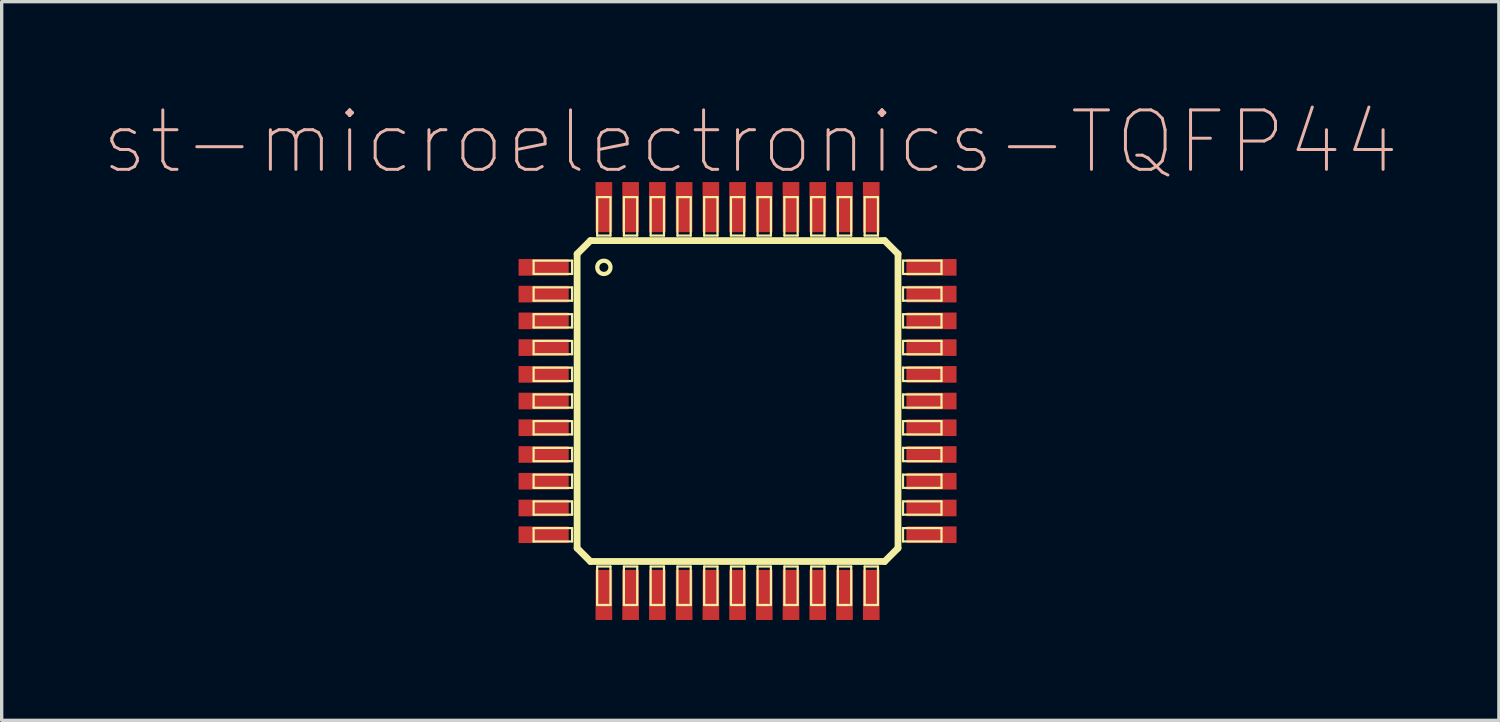
<source format=kicad_pcb>
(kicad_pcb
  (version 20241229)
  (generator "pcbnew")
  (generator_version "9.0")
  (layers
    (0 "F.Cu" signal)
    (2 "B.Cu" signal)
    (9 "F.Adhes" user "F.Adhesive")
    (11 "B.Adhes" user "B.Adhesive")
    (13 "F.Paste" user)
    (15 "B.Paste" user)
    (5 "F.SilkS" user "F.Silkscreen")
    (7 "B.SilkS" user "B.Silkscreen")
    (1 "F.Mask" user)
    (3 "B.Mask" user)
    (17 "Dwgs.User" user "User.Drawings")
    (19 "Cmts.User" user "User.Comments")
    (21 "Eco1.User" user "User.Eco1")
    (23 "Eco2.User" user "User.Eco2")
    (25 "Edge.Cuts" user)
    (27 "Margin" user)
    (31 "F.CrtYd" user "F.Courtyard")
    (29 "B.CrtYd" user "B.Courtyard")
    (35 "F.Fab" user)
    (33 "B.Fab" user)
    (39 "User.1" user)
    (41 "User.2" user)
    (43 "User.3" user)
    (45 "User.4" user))
  (footprint "st-microelectronics-TQFP44"
    (layer "F.Cu")
    (at 19.006 8.943)
    (property "Reference" "st-microelectronics-TQFP44" (at 0.381 -7.747 0) (layer "B.SilkS") (effects (font (size 1.778 1.778) (thickness 0.089))))
    (attr smd)
    (fp_line (start -6.099 -4.199) (end -4.948 -4.199) (stroke (width 0.066) (type solid)) (layer "F.SilkS"))
    (fp_line (start -6.099 -3.8) (end -6.099 -4.199) (stroke (width 0.066) (type solid)) (layer "F.SilkS"))
    (fp_line (start -6.099 -3.8) (end -4.948 -3.8) (stroke (width 0.066) (type solid)) (layer "F.SilkS"))
    (fp_line (start -6.099 -3.399) (end -4.948 -3.399) (stroke (width 0.066) (type solid)) (layer "F.SilkS"))
    (fp_line (start -6.099 -3) (end -6.099 -3.399) (stroke (width 0.066) (type solid)) (layer "F.SilkS"))
    (fp_line (start -6.099 -3) (end -4.948 -3) (stroke (width 0.066) (type solid)) (layer "F.SilkS"))
    (fp_line (start -6.099 -2.598) (end -4.948 -2.598) (stroke (width 0.066) (type solid)) (layer "F.SilkS"))
    (fp_line (start -6.099 -2.2) (end -6.099 -2.598) (stroke (width 0.066) (type solid)) (layer "F.SilkS"))
    (fp_line (start -6.099 -2.2) (end -4.948 -2.2) (stroke (width 0.066) (type solid)) (layer "F.SilkS"))
    (fp_line (start -6.099 -1.798) (end -4.948 -1.798) (stroke (width 0.066) (type solid)) (layer "F.SilkS"))
    (fp_line (start -6.099 -1.4) (end -6.099 -1.798) (stroke (width 0.066) (type solid)) (layer "F.SilkS"))
    (fp_line (start -6.099 -1.4) (end -4.948 -1.4) (stroke (width 0.066) (type solid)) (layer "F.SilkS"))
    (fp_line (start -6.099 -0.998) (end -4.948 -0.998) (stroke (width 0.066) (type solid)) (layer "F.SilkS"))
    (fp_line (start -6.099 -0.599) (end -6.099 -0.998) (stroke (width 0.066) (type solid)) (layer "F.SilkS"))
    (fp_line (start -6.099 -0.599) (end -4.948 -0.599) (stroke (width 0.066) (type solid)) (layer "F.SilkS"))
    (fp_line (start -6.099 -0.198) (end -4.948 -0.198) (stroke (width 0.066) (type solid)) (layer "F.SilkS"))
    (fp_line (start -6.099 0.198) (end -6.099 -0.198) (stroke (width 0.066) (type solid)) (layer "F.SilkS"))
    (fp_line (start -6.099 0.198) (end -4.948 0.198) (stroke (width 0.066) (type solid)) (layer "F.SilkS"))
    (fp_line (start -6.099 0.599) (end -4.948 0.599) (stroke (width 0.066) (type solid)) (layer "F.SilkS"))
    (fp_line (start -6.099 0.998) (end -6.099 0.599) (stroke (width 0.066) (type solid)) (layer "F.SilkS"))
    (fp_line (start -6.099 0.998) (end -4.948 0.998) (stroke (width 0.066) (type solid)) (layer "F.SilkS"))
    (fp_line (start -6.099 1.4) (end -4.948 1.4) (stroke (width 0.066) (type solid)) (layer "F.SilkS"))
    (fp_line (start -6.099 1.798) (end -6.099 1.4) (stroke (width 0.066) (type solid)) (layer "F.SilkS"))
    (fp_line (start -6.099 1.798) (end -4.948 1.798) (stroke (width 0.066) (type solid)) (layer "F.SilkS"))
    (fp_line (start -6.099 2.2) (end -4.948 2.2) (stroke (width 0.066) (type solid)) (layer "F.SilkS"))
    (fp_line (start -6.099 2.598) (end -6.099 2.2) (stroke (width 0.066) (type solid)) (layer "F.SilkS"))
    (fp_line (start -6.099 2.598) (end -4.948 2.598) (stroke (width 0.066) (type solid)) (layer "F.SilkS"))
    (fp_line (start -6.099 3) (end -4.948 3) (stroke (width 0.066) (type solid)) (layer "F.SilkS"))
    (fp_line (start -6.099 3.399) (end -6.099 3) (stroke (width 0.066) (type solid)) (layer "F.SilkS"))
    (fp_line (start -6.099 3.399) (end -4.948 3.399) (stroke (width 0.066) (type solid)) (layer "F.SilkS"))
    (fp_line (start -6.099 3.8) (end -4.948 3.8) (stroke (width 0.066) (type solid)) (layer "F.SilkS"))
    (fp_line (start -6.099 4.199) (end -6.099 3.8) (stroke (width 0.066) (type solid)) (layer "F.SilkS"))
    (fp_line (start -6.099 4.199) (end -4.948 4.199) (stroke (width 0.066) (type solid)) (layer "F.SilkS"))
    (fp_line (start -4.948 -3.8) (end -4.948 -4.199) (stroke (width 0.066) (type solid)) (layer "F.SilkS"))
    (fp_line (start -4.948 -3) (end -4.948 -3.399) (stroke (width 0.066) (type solid)) (layer "F.SilkS"))
    (fp_line (start -4.948 -2.2) (end -4.948 -2.598) (stroke (width 0.066) (type solid)) (layer "F.SilkS"))
    (fp_line (start -4.948 -1.4) (end -4.948 -1.798) (stroke (width 0.066) (type solid)) (layer "F.SilkS"))
    (fp_line (start -4.948 -0.599) (end -4.948 -0.998) (stroke (width 0.066) (type solid)) (layer "F.SilkS"))
    (fp_line (start -4.948 0.198) (end -4.948 -0.198) (stroke (width 0.066) (type solid)) (layer "F.SilkS"))
    (fp_line (start -4.948 0.998) (end -4.948 0.599) (stroke (width 0.066) (type solid)) (layer "F.SilkS"))
    (fp_line (start -4.948 1.798) (end -4.948 1.4) (stroke (width 0.066) (type solid)) (layer "F.SilkS"))
    (fp_line (start -4.948 2.598) (end -4.948 2.2) (stroke (width 0.066) (type solid)) (layer "F.SilkS"))
    (fp_line (start -4.948 3.399) (end -4.948 3) (stroke (width 0.066) (type solid)) (layer "F.SilkS"))
    (fp_line (start -4.948 4.199) (end -4.948 3.8) (stroke (width 0.066) (type solid)) (layer "F.SilkS"))
    (fp_line (start -4.798 -4.399) (end -4.399 -4.798) (stroke (width 0.203) (type solid)) (layer "F.SilkS"))
    (fp_line (start -4.798 4.399) (end -4.798 -4.399) (stroke (width 0.203) (type solid)) (layer "F.SilkS"))
    (fp_line (start -4.399 -4.798) (end 4.399 -4.798) (stroke (width 0.203) (type solid)) (layer "F.SilkS"))
    (fp_line (start -4.399 4.798) (end -4.798 4.399) (stroke (width 0.203) (type solid)) (layer "F.SilkS"))
    (fp_line (start -4.199 -6.099) (end -3.8 -6.099) (stroke (width 0.066) (type solid)) (layer "F.SilkS"))
    (fp_line (start -4.199 -4.948) (end -4.199 -6.099) (stroke (width 0.066) (type solid)) (layer "F.SilkS"))
    (fp_line (start -4.199 -4.948) (end -3.8 -4.948) (stroke (width 0.066) (type solid)) (layer "F.SilkS"))
    (fp_line (start -4.199 4.948) (end -3.8 4.948) (stroke (width 0.066) (type solid)) (layer "F.SilkS"))
    (fp_line (start -4.199 6.099) (end -4.199 4.948) (stroke (width 0.066) (type solid)) (layer "F.SilkS"))
    (fp_line (start -4.199 6.099) (end -3.8 6.099) (stroke (width 0.066) (type solid)) (layer "F.SilkS"))
    (fp_line (start -3.8 -4.948) (end -3.8 -6.099) (stroke (width 0.066) (type solid)) (layer "F.SilkS"))
    (fp_line (start -3.8 6.099) (end -3.8 4.948) (stroke (width 0.066) (type solid)) (layer "F.SilkS"))
    (fp_line (start -3.399 -6.099) (end -3 -6.099) (stroke (width 0.066) (type solid)) (layer "F.SilkS"))
    (fp_line (start -3.399 -4.948) (end -3.399 -6.099) (stroke (width 0.066) (type solid)) (layer "F.SilkS"))
    (fp_line (start -3.399 -4.948) (end -3 -4.948) (stroke (width 0.066) (type solid)) (layer "F.SilkS"))
    (fp_line (start -3.399 4.948) (end -3 4.948) (stroke (width 0.066) (type solid)) (layer "F.SilkS"))
    (fp_line (start -3.399 6.099) (end -3.399 4.948) (stroke (width 0.066) (type solid)) (layer "F.SilkS"))
    (fp_line (start -3.399 6.099) (end -3 6.099) (stroke (width 0.066) (type solid)) (layer "F.SilkS"))
    (fp_line (start -3 -4.948) (end -3 -6.099) (stroke (width 0.066) (type solid)) (layer "F.SilkS"))
    (fp_line (start -3 6.099) (end -3 4.948) (stroke (width 0.066) (type solid)) (layer "F.SilkS"))
    (fp_line (start -2.598 -6.099) (end -2.2 -6.099) (stroke (width 0.066) (type solid)) (layer "F.SilkS"))
    (fp_line (start -2.598 -4.948) (end -2.598 -6.099) (stroke (width 0.066) (type solid)) (layer "F.SilkS"))
    (fp_line (start -2.598 -4.948) (end -2.2 -4.948) (stroke (width 0.066) (type solid)) (layer "F.SilkS"))
    (fp_line (start -2.598 4.948) (end -2.2 4.948) (stroke (width 0.066) (type solid)) (layer "F.SilkS"))
    (fp_line (start -2.598 6.099) (end -2.598 4.948) (stroke (width 0.066) (type solid)) (layer "F.SilkS"))
    (fp_line (start -2.598 6.099) (end -2.2 6.099) (stroke (width 0.066) (type solid)) (layer "F.SilkS"))
    (fp_line (start -2.2 -4.948) (end -2.2 -6.099) (stroke (width 0.066) (type solid)) (layer "F.SilkS"))
    (fp_line (start -2.2 6.099) (end -2.2 4.948) (stroke (width 0.066) (type solid)) (layer "F.SilkS"))
    (fp_line (start -1.798 -6.099) (end -1.4 -6.099) (stroke (width 0.066) (type solid)) (layer "F.SilkS"))
    (fp_line (start -1.798 -4.948) (end -1.798 -6.099) (stroke (width 0.066) (type solid)) (layer "F.SilkS"))
    (fp_line (start -1.798 -4.948) (end -1.4 -4.948) (stroke (width 0.066) (type solid)) (layer "F.SilkS"))
    (fp_line (start -1.798 4.948) (end -1.4 4.948) (stroke (width 0.066) (type solid)) (layer "F.SilkS"))
    (fp_line (start -1.798 6.099) (end -1.798 4.948) (stroke (width 0.066) (type solid)) (layer "F.SilkS"))
    (fp_line (start -1.798 6.099) (end -1.4 6.099) (stroke (width 0.066) (type solid)) (layer "F.SilkS"))
    (fp_line (start -1.4 -4.948) (end -1.4 -6.099) (stroke (width 0.066) (type solid)) (layer "F.SilkS"))
    (fp_line (start -1.4 6.099) (end -1.4 4.948) (stroke (width 0.066) (type solid)) (layer "F.SilkS"))
    (fp_line (start -0.998 -6.099) (end -0.599 -6.099) (stroke (width 0.066) (type solid)) (layer "F.SilkS"))
    (fp_line (start -0.998 -4.948) (end -0.998 -6.099) (stroke (width 0.066) (type solid)) (layer "F.SilkS"))
    (fp_line (start -0.998 -4.948) (end -0.599 -4.948) (stroke (width 0.066) (type solid)) (layer "F.SilkS"))
    (fp_line (start -0.998 4.948) (end -0.599 4.948) (stroke (width 0.066) (type solid)) (layer "F.SilkS"))
    (fp_line (start -0.998 6.099) (end -0.998 4.948) (stroke (width 0.066) (type solid)) (layer "F.SilkS"))
    (fp_line (start -0.998 6.099) (end -0.599 6.099) (stroke (width 0.066) (type solid)) (layer "F.SilkS"))
    (fp_line (start -0.599 -4.948) (end -0.599 -6.099) (stroke (width 0.066) (type solid)) (layer "F.SilkS"))
    (fp_line (start -0.599 6.099) (end -0.599 4.948) (stroke (width 0.066) (type solid)) (layer "F.SilkS"))
    (fp_line (start -0.198 -6.099) (end 0.198 -6.099) (stroke (width 0.066) (type solid)) (layer "F.SilkS"))
    (fp_line (start -0.198 -4.948) (end -0.198 -6.099) (stroke (width 0.066) (type solid)) (layer "F.SilkS"))
    (fp_line (start -0.198 -4.948) (end 0.198 -4.948) (stroke (width 0.066) (type solid)) (layer "F.SilkS"))
    (fp_line (start -0.198 4.948) (end 0.198 4.948) (stroke (width 0.066) (type solid)) (layer "F.SilkS"))
    (fp_line (start -0.198 6.099) (end -0.198 4.948) (stroke (width 0.066) (type solid)) (layer "F.SilkS"))
    (fp_line (start -0.198 6.099) (end 0.198 6.099) (stroke (width 0.066) (type solid)) (layer "F.SilkS"))
    (fp_line (start 0.198 -4.948) (end 0.198 -6.099) (stroke (width 0.066) (type solid)) (layer "F.SilkS"))
    (fp_line (start 0.198 6.099) (end 0.198 4.948) (stroke (width 0.066) (type solid)) (layer "F.SilkS"))
    (fp_line (start 0.599 -6.099) (end 0.998 -6.099) (stroke (width 0.066) (type solid)) (layer "F.SilkS"))
    (fp_line (start 0.599 -4.948) (end 0.599 -6.099) (stroke (width 0.066) (type solid)) (layer "F.SilkS"))
    (fp_line (start 0.599 -4.948) (end 0.998 -4.948) (stroke (width 0.066) (type solid)) (layer "F.SilkS"))
    (fp_line (start 0.599 4.948) (end 0.998 4.948) (stroke (width 0.066) (type solid)) (layer "F.SilkS"))
    (fp_line (start 0.599 6.099) (end 0.599 4.948) (stroke (width 0.066) (type solid)) (layer "F.SilkS"))
    (fp_line (start 0.599 6.099) (end 0.998 6.099) (stroke (width 0.066) (type solid)) (layer "F.SilkS"))
    (fp_line (start 0.998 -4.948) (end 0.998 -6.099) (stroke (width 0.066) (type solid)) (layer "F.SilkS"))
    (fp_line (start 0.998 6.099) (end 0.998 4.948) (stroke (width 0.066) (type solid)) (layer "F.SilkS"))
    (fp_line (start 1.4 -6.099) (end 1.798 -6.099) (stroke (width 0.066) (type solid)) (layer "F.SilkS"))
    (fp_line (start 1.4 -4.948) (end 1.4 -6.099) (stroke (width 0.066) (type solid)) (layer "F.SilkS"))
    (fp_line (start 1.4 -4.948) (end 1.798 -4.948) (stroke (width 0.066) (type solid)) (layer "F.SilkS"))
    (fp_line (start 1.4 4.948) (end 1.798 4.948) (stroke (width 0.066) (type solid)) (layer "F.SilkS"))
    (fp_line (start 1.4 6.099) (end 1.4 4.948) (stroke (width 0.066) (type solid)) (layer "F.SilkS"))
    (fp_line (start 1.4 6.099) (end 1.798 6.099) (stroke (width 0.066) (type solid)) (layer "F.SilkS"))
    (fp_line (start 1.798 -4.948) (end 1.798 -6.099) (stroke (width 0.066) (type solid)) (layer "F.SilkS"))
    (fp_line (start 1.798 6.099) (end 1.798 4.948) (stroke (width 0.066) (type solid)) (layer "F.SilkS"))
    (fp_line (start 2.2 -6.099) (end 2.598 -6.099) (stroke (width 0.066) (type solid)) (layer "F.SilkS"))
    (fp_line (start 2.2 -4.948) (end 2.2 -6.099) (stroke (width 0.066) (type solid)) (layer "F.SilkS"))
    (fp_line (start 2.2 -4.948) (end 2.598 -4.948) (stroke (width 0.066) (type solid)) (layer "F.SilkS"))
    (fp_line (start 2.2 4.948) (end 2.598 4.948) (stroke (width 0.066) (type solid)) (layer "F.SilkS"))
    (fp_line (start 2.2 6.099) (end 2.2 4.948) (stroke (width 0.066) (type solid)) (layer "F.SilkS"))
    (fp_line (start 2.2 6.099) (end 2.598 6.099) (stroke (width 0.066) (type solid)) (layer "F.SilkS"))
    (fp_line (start 2.598 -4.948) (end 2.598 -6.099) (stroke (width 0.066) (type solid)) (layer "F.SilkS"))
    (fp_line (start 2.598 6.099) (end 2.598 4.948) (stroke (width 0.066) (type solid)) (layer "F.SilkS"))
    (fp_line (start 3 -6.099) (end 3.399 -6.099) (stroke (width 0.066) (type solid)) (layer "F.SilkS"))
    (fp_line (start 3 -4.948) (end 3 -6.099) (stroke (width 0.066) (type solid)) (layer "F.SilkS"))
    (fp_line (start 3 -4.948) (end 3.399 -4.948) (stroke (width 0.066) (type solid)) (layer "F.SilkS"))
    (fp_line (start 3 4.948) (end 3.399 4.948) (stroke (width 0.066) (type solid)) (layer "F.SilkS"))
    (fp_line (start 3 6.099) (end 3 4.948) (stroke (width 0.066) (type solid)) (layer "F.SilkS"))
    (fp_line (start 3 6.099) (end 3.399 6.099) (stroke (width 0.066) (type solid)) (layer "F.SilkS"))
    (fp_line (start 3.399 -4.948) (end 3.399 -6.099) (stroke (width 0.066) (type solid)) (layer "F.SilkS"))
    (fp_line (start 3.399 6.099) (end 3.399 4.948) (stroke (width 0.066) (type solid)) (layer "F.SilkS"))
    (fp_line (start 3.8 -6.099) (end 4.199 -6.099) (stroke (width 0.066) (type solid)) (layer "F.SilkS"))
    (fp_line (start 3.8 -4.948) (end 3.8 -6.099) (stroke (width 0.066) (type solid)) (layer "F.SilkS"))
    (fp_line (start 3.8 -4.948) (end 4.199 -4.948) (stroke (width 0.066) (type solid)) (layer "F.SilkS"))
    (fp_line (start 3.8 4.948) (end 4.199 4.948) (stroke (width 0.066) (type solid)) (layer "F.SilkS"))
    (fp_line (start 3.8 6.099) (end 3.8 4.948) (stroke (width 0.066) (type solid)) (layer "F.SilkS"))
    (fp_line (start 3.8 6.099) (end 4.199 6.099) (stroke (width 0.066) (type solid)) (layer "F.SilkS"))
    (fp_line (start 4.199 -4.948) (end 4.199 -6.099) (stroke (width 0.066) (type solid)) (layer "F.SilkS"))
    (fp_line (start 4.199 6.099) (end 4.199 4.948) (stroke (width 0.066) (type solid)) (layer "F.SilkS"))
    (fp_line (start 4.399 -4.798) (end 4.798 -4.399) (stroke (width 0.203) (type solid)) (layer "F.SilkS"))
    (fp_line (start 4.399 4.798) (end -4.399 4.798) (stroke (width 0.203) (type solid)) (layer "F.SilkS"))
    (fp_line (start 4.798 -4.399) (end 4.798 4.399) (stroke (width 0.203) (type solid)) (layer "F.SilkS"))
    (fp_line (start 4.798 4.399) (end 4.399 4.798) (stroke (width 0.203) (type solid)) (layer "F.SilkS"))
    (fp_line (start 4.948 -4.199) (end 6.099 -4.199) (stroke (width 0.066) (type solid)) (layer "F.SilkS"))
    (fp_line (start 4.948 -3.8) (end 4.948 -4.199) (stroke (width 0.066) (type solid)) (layer "F.SilkS"))
    (fp_line (start 4.948 -3.8) (end 6.099 -3.8) (stroke (width 0.066) (type solid)) (layer "F.SilkS"))
    (fp_line (start 4.948 -3.399) (end 6.099 -3.399) (stroke (width 0.066) (type solid)) (layer "F.SilkS"))
    (fp_line (start 4.948 -3) (end 4.948 -3.399) (stroke (width 0.066) (type solid)) (layer "F.SilkS"))
    (fp_line (start 4.948 -3) (end 6.099 -3) (stroke (width 0.066) (type solid)) (layer "F.SilkS"))
    (fp_line (start 4.948 -2.598) (end 6.099 -2.598) (stroke (width 0.066) (type solid)) (layer "F.SilkS"))
    (fp_line (start 4.948 -2.2) (end 4.948 -2.598) (stroke (width 0.066) (type solid)) (layer "F.SilkS"))
    (fp_line (start 4.948 -2.2) (end 6.099 -2.2) (stroke (width 0.066) (type solid)) (layer "F.SilkS"))
    (fp_line (start 4.948 -1.798) (end 6.099 -1.798) (stroke (width 0.066) (type solid)) (layer "F.SilkS"))
    (fp_line (start 4.948 -1.4) (end 4.948 -1.798) (stroke (width 0.066) (type solid)) (layer "F.SilkS"))
    (fp_line (start 4.948 -1.4) (end 6.099 -1.4) (stroke (width 0.066) (type solid)) (layer "F.SilkS"))
    (fp_line (start 4.948 -0.998) (end 6.099 -0.998) (stroke (width 0.066) (type solid)) (layer "F.SilkS"))
    (fp_line (start 4.948 -0.599) (end 4.948 -0.998) (stroke (width 0.066) (type solid)) (layer "F.SilkS"))
    (fp_line (start 4.948 -0.599) (end 6.099 -0.599) (stroke (width 0.066) (type solid)) (layer "F.SilkS"))
    (fp_line (start 4.948 -0.198) (end 6.099 -0.198) (stroke (width 0.066) (type solid)) (layer "F.SilkS"))
    (fp_line (start 4.948 0.198) (end 4.948 -0.198) (stroke (width 0.066) (type solid)) (layer "F.SilkS"))
    (fp_line (start 4.948 0.198) (end 6.099 0.198) (stroke (width 0.066) (type solid)) (layer "F.SilkS"))
    (fp_line (start 4.948 0.599) (end 6.099 0.599) (stroke (width 0.066) (type solid)) (layer "F.SilkS"))
    (fp_line (start 4.948 0.998) (end 4.948 0.599) (stroke (width 0.066) (type solid)) (layer "F.SilkS"))
    (fp_line (start 4.948 0.998) (end 6.099 0.998) (stroke (width 0.066) (type solid)) (layer "F.SilkS"))
    (fp_line (start 4.948 1.4) (end 6.099 1.4) (stroke (width 0.066) (type solid)) (layer "F.SilkS"))
    (fp_line (start 4.948 1.798) (end 4.948 1.4) (stroke (width 0.066) (type solid)) (layer "F.SilkS"))
    (fp_line (start 4.948 1.798) (end 6.099 1.798) (stroke (width 0.066) (type solid)) (layer "F.SilkS"))
    (fp_line (start 4.948 2.2) (end 6.099 2.2) (stroke (width 0.066) (type solid)) (layer "F.SilkS"))
    (fp_line (start 4.948 2.598) (end 4.948 2.2) (stroke (width 0.066) (type solid)) (layer "F.SilkS"))
    (fp_line (start 4.948 2.598) (end 6.099 2.598) (stroke (width 0.066) (type solid)) (layer "F.SilkS"))
    (fp_line (start 4.948 3) (end 6.099 3) (stroke (width 0.066) (type solid)) (layer "F.SilkS"))
    (fp_line (start 4.948 3.399) (end 4.948 3) (stroke (width 0.066) (type solid)) (layer "F.SilkS"))
    (fp_line (start 4.948 3.399) (end 6.099 3.399) (stroke (width 0.066) (type solid)) (layer "F.SilkS"))
    (fp_line (start 4.948 3.8) (end 6.099 3.8) (stroke (width 0.066) (type solid)) (layer "F.SilkS"))
    (fp_line (start 4.948 4.199) (end 4.948 3.8) (stroke (width 0.066) (type solid)) (layer "F.SilkS"))
    (fp_line (start 4.948 4.199) (end 6.099 4.199) (stroke (width 0.066) (type solid)) (layer "F.SilkS"))
    (fp_line (start 6.099 -3.8) (end 6.099 -4.199) (stroke (width 0.066) (type solid)) (layer "F.SilkS"))
    (fp_line (start 6.099 -3) (end 6.099 -3.399) (stroke (width 0.066) (type solid)) (layer "F.SilkS"))
    (fp_line (start 6.099 -2.2) (end 6.099 -2.598) (stroke (width 0.066) (type solid)) (layer "F.SilkS"))
    (fp_line (start 6.099 -1.4) (end 6.099 -1.798) (stroke (width 0.066) (type solid)) (layer "F.SilkS"))
    (fp_line (start 6.099 -0.599) (end 6.099 -0.998) (stroke (width 0.066) (type solid)) (layer "F.SilkS"))
    (fp_line (start 6.099 0.198) (end 6.099 -0.198) (stroke (width 0.066) (type solid)) (layer "F.SilkS"))
    (fp_line (start 6.099 0.998) (end 6.099 0.599) (stroke (width 0.066) (type solid)) (layer "F.SilkS"))
    (fp_line (start 6.099 1.798) (end 6.099 1.4) (stroke (width 0.066) (type solid)) (layer "F.SilkS"))
    (fp_line (start 6.099 2.598) (end 6.099 2.2) (stroke (width 0.066) (type solid)) (layer "F.SilkS"))
    (fp_line (start 6.099 3.399) (end 6.099 3) (stroke (width 0.066) (type solid)) (layer "F.SilkS"))
    (fp_line (start 6.099 4.199) (end 6.099 3.8) (stroke (width 0.066) (type solid)) (layer "F.SilkS"))
    (fp_circle (center -3.998 -3.998) (end -4.138 -4.138) (stroke (width 0.127) (type solid)) (fill no) (layer "F.SilkS"))
    (pad "1" smd rect (at -5.799 -3.998) (size 1.499 0.498) (layers "F.Cu" "F.Mask" "F.Paste"))
    (pad "2" smd rect (at -5.799 -3.198) (size 1.499 0.498) (layers "F.Cu" "F.Mask" "F.Paste"))
    (pad "3" smd rect (at -5.799 -2.398) (size 1.499 0.498) (layers "F.Cu" "F.Mask" "F.Paste"))
    (pad "4" smd rect (at -5.799 -1.598) (size 1.499 0.498) (layers "F.Cu" "F.Mask" "F.Paste"))
    (pad "5" smd rect (at -5.799 -0.798) (size 1.499 0.498) (layers "F.Cu" "F.Mask" "F.Paste"))
    (pad "6" smd rect (at -5.799 0) (size 1.499 0.498) (layers "F.Cu" "F.Mask" "F.Paste"))
    (pad "7" smd rect (at -5.799 0.798) (size 1.499 0.498) (layers "F.Cu" "F.Mask" "F.Paste"))
    (pad "8" smd rect (at -5.799 1.598) (size 1.499 0.498) (layers "F.Cu" "F.Mask" "F.Paste"))
    (pad "9" smd rect (at -5.799 2.398) (size 1.499 0.498) (layers "F.Cu" "F.Mask" "F.Paste"))
    (pad "10" smd rect (at -5.799 3.198) (size 1.499 0.498) (layers "F.Cu" "F.Mask" "F.Paste"))
    (pad "11" smd rect (at -5.799 3.998) (size 1.499 0.498) (layers "F.Cu" "F.Mask" "F.Paste"))
    (pad "12" smd rect (at -3.998 5.799) (size 0.498 1.499) (layers "F.Cu" "F.Mask" "F.Paste"))
    (pad "13" smd rect (at -3.198 5.799) (size 0.498 1.499) (layers "F.Cu" "F.Mask" "F.Paste"))
    (pad "14" smd rect (at -2.398 5.799) (size 0.498 1.499) (layers "F.Cu" "F.Mask" "F.Paste"))
    (pad "15" smd rect (at -1.598 5.799) (size 0.498 1.499) (layers "F.Cu" "F.Mask" "F.Paste"))
    (pad "16" smd rect (at -0.798 5.799) (size 0.498 1.499) (layers "F.Cu" "F.Mask" "F.Paste"))
    (pad "17" smd rect (at 0 5.799) (size 0.498 1.499) (layers "F.Cu" "F.Mask" "F.Paste"))
    (pad "18" smd rect (at 0.798 5.799) (size 0.498 1.499) (layers "F.Cu" "F.Mask" "F.Paste"))
    (pad "19" smd rect (at 1.598 5.799) (size 0.498 1.499) (layers "F.Cu" "F.Mask" "F.Paste"))
    (pad "20" smd rect (at 2.398 5.799) (size 0.498 1.499) (layers "F.Cu" "F.Mask" "F.Paste"))
    (pad "21" smd rect (at 3.198 5.799) (size 0.498 1.499) (layers "F.Cu" "F.Mask" "F.Paste"))
    (pad "22" smd rect (at 3.998 5.799) (size 0.498 1.499) (layers "F.Cu" "F.Mask" "F.Paste"))
    (pad "23" smd rect (at 5.799 3.998) (size 1.499 0.498) (layers "F.Cu" "F.Mask" "F.Paste"))
    (pad "24" smd rect (at 5.799 3.198) (size 1.499 0.498) (layers "F.Cu" "F.Mask" "F.Paste"))
    (pad "25" smd rect (at 5.799 2.398) (size 1.499 0.498) (layers "F.Cu" "F.Mask" "F.Paste"))
    (pad "26" smd rect (at 5.799 1.598) (size 1.499 0.498) (layers "F.Cu" "F.Mask" "F.Paste"))
    (pad "27" smd rect (at 5.799 0.798) (size 1.499 0.498) (layers "F.Cu" "F.Mask" "F.Paste"))
    (pad "28" smd rect (at 5.799 0) (size 1.499 0.498) (layers "F.Cu" "F.Mask" "F.Paste"))
    (pad "29" smd rect (at 5.799 -0.798) (size 1.499 0.498) (layers "F.Cu" "F.Mask" "F.Paste"))
    (pad "30" smd rect (at 5.799 -1.598) (size 1.499 0.498) (layers "F.Cu" "F.Mask" "F.Paste"))
    (pad "31" smd rect (at 5.799 -2.398) (size 1.499 0.498) (layers "F.Cu" "F.Mask" "F.Paste"))
    (pad "32" smd rect (at 5.799 -3.198) (size 1.499 0.498) (layers "F.Cu" "F.Mask" "F.Paste"))
    (pad "33" smd rect (at 5.799 -3.998) (size 1.499 0.498) (layers "F.Cu" "F.Mask" "F.Paste"))
    (pad "34" smd rect (at 3.998 -5.799) (size 0.498 1.499) (layers "F.Cu" "F.Mask" "F.Paste"))
    (pad "35" smd rect (at 3.198 -5.799) (size 0.498 1.499) (layers "F.Cu" "F.Mask" "F.Paste"))
    (pad "36" smd rect (at 2.398 -5.799) (size 0.498 1.499) (layers "F.Cu" "F.Mask" "F.Paste"))
    (pad "37" smd rect (at 1.598 -5.799) (size 0.498 1.499) (layers "F.Cu" "F.Mask" "F.Paste"))
    (pad "38" smd rect (at 0.798 -5.799) (size 0.498 1.499) (layers "F.Cu" "F.Mask" "F.Paste"))
    (pad "39" smd rect (at 0 -5.799) (size 0.498 1.499) (layers "F.Cu" "F.Mask" "F.Paste"))
    (pad "40" smd rect (at -0.798 -5.799) (size 0.498 1.499) (layers "F.Cu" "F.Mask" "F.Paste"))
    (pad "41" smd rect (at -1.598 -5.799) (size 0.498 1.499) (layers "F.Cu" "F.Mask" "F.Paste"))
    (pad "42" smd rect (at -2.398 -5.799) (size 0.498 1.499) (layers "F.Cu" "F.Mask" "F.Paste"))
    (pad "43" smd rect (at -3.198 -5.799) (size 0.498 1.499) (layers "F.Cu" "F.Mask" "F.Paste"))
    (pad "44" smd rect (at -3.998 -5.799) (size 0.498 1.499) (layers "F.Cu" "F.Mask" "F.Paste")))
  (gr_rect
    (start -3 -3)
    (end 41.773 18.491)
    (stroke (width 0.1) (type default))
    (fill no)
    (layer "Edge.Cuts")))
</source>
